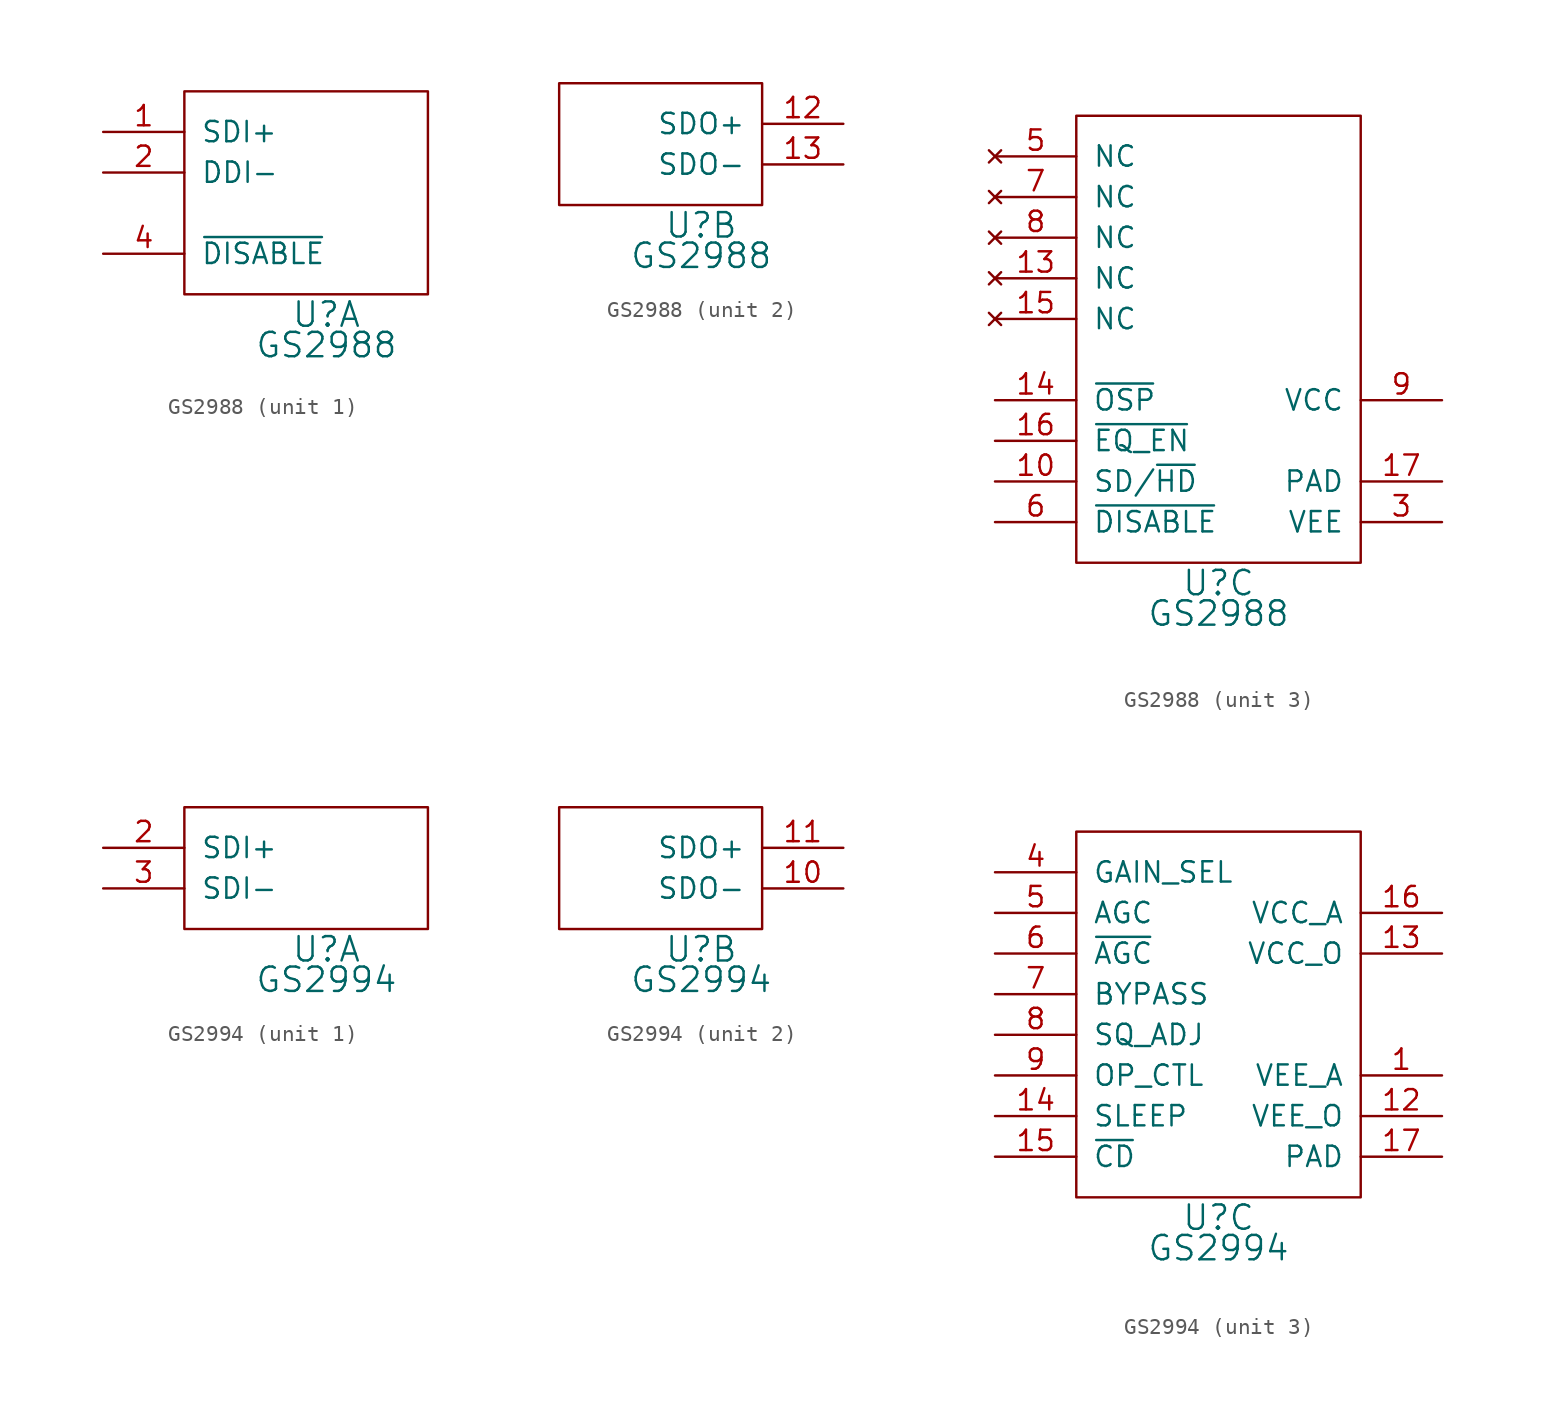
<source format=kicad_sym>
(kicad_symbol_lib
  (version 20220914)
  (generator kicad_symbol_editor)
  (symbol "GS2988"
    (pin_names
      (offset 1.016))
    (property "Reference" "U"
      (at 8.89 -1.27 0)
      (effects (font (size 1.524 1.524))))
    (property "Value" "GS2988"
      (at 8.89 -3.175 0)
      (effects (font (size 1.524 1.524))))
    (property "Footprint" ""
      (at 0 0 0)
      (effects (font (size 1.524 1.524))))
    (property "Datasheet" ""
      (at 0 0 0)
      (effects (font (size 1.524 1.524))))
    (property "ki_locked" ""
      (at 0 0 0)
      (effects (font (size 1.27 1.27))))
    (symbol "GS2988_1_1"
      (rectangle (start 0 0) (end 15.24 12.7) (stroke (width 0) (type solid)) (fill (type none)))
      (pin input line (at -5.08 10.16 0) (length 5.08) (name "SDI+" (effects (font (size 1.27 1.27)))) (number "1" (effects (font (size 1.27 1.27)))))
      (pin input line (at -5.08 7.62 0) (length 5.08) (name "DDI-" (effects (font (size 1.27 1.27)))) (number "2" (effects (font (size 1.27 1.27)))))
      (pin input line (at -5.08 2.54 0) (length 5.08) (name "~{DISABLE}" (effects (font (size 1.27 1.27)))) (number "4" (effects (font (size 1.27 1.27))))))
    (symbol "GS2988_2_1"
      (rectangle (start 0 0) (end 12.7 7.62) (stroke (width 0) (type solid)) (fill (type none)))
      (pin output line (at 17.78 5.08 180) (length 5.08) (name "SDO+" (effects (font (size 1.27 1.27)))) (number "12" (effects (font (size 1.27 1.27)))))
      (pin output line (at 17.78 2.54 180) (length 5.08) (name "SDO-" (effects (font (size 1.27 1.27)))) (number "13" (effects (font (size 1.27 1.27))))))
    (symbol "GS2988_3_1"
      (rectangle (start 0 0) (end 17.78 27.94) (stroke (width 0) (type solid)) (fill (type none)))
      (pin input line (at -5.08 5.08 0) (length 5.08) (name "SD/~{HD}" (effects (font (size 1.27 1.27)))) (number "10" (effects (font (size 1.27 1.27)))))
      (pin no_connect line (at -5.08 17.78 0) (length 5.08) (name "NC" (effects (font (size 1.27 1.27)))) (number "13" (effects (font (size 1.27 1.27)))))
      (pin input line (at -5.08 10.16 0) (length 5.08) (name "~{OSP}" (effects (font (size 1.27 1.27)))) (number "14" (effects (font (size 1.27 1.27)))))
      (pin no_connect line (at -5.08 15.24 0) (length 5.08) (name "NC" (effects (font (size 1.27 1.27)))) (number "15" (effects (font (size 1.27 1.27)))))
      (pin input line (at -5.08 7.62 0) (length 5.08) (name "~{EQ_EN}" (effects (font (size 1.27 1.27)))) (number "16" (effects (font (size 1.27 1.27)))))
      (pin power_in line (at 22.86 5.08 180) (length 5.08) (name "PAD" (effects (font (size 1.27 1.27)))) (number "17" (effects (font (size 1.27 1.27)))))
      (pin power_in line (at 22.86 2.54 180) (length 5.08) (name "VEE" (effects (font (size 1.27 1.27)))) (number "3" (effects (font (size 1.27 1.27)))))
      (pin no_connect line (at -5.08 25.4 0) (length 5.08) (name "NC" (effects (font (size 1.27 1.27)))) (number "5" (effects (font (size 1.27 1.27)))))
      (pin input line (at -5.08 2.54 0) (length 5.08) (name "~{DISABLE}" (effects (font (size 1.27 1.27)))) (number "6" (effects (font (size 1.27 1.27)))))
      (pin no_connect line (at -5.08 22.86 0) (length 5.08) (name "NC" (effects (font (size 1.27 1.27)))) (number "7" (effects (font (size 1.27 1.27)))))
      (pin no_connect line (at -5.08 20.32 0) (length 5.08) (name "NC" (effects (font (size 1.27 1.27)))) (number "8" (effects (font (size 1.27 1.27)))))
      (pin power_in line (at 22.86 10.16 180) (length 5.08) (name "VCC" (effects (font (size 1.27 1.27)))) (number "9" (effects (font (size 1.27 1.27)))))))
  (symbol "GS2994"
    (pin_names
      (offset 1.016))
    (property "Reference" "U"
      (at 8.89 -1.27 0)
      (effects (font (size 1.524 1.524))))
    (property "Value" "GS2994"
      (at 8.89 -3.175 0)
      (effects (font (size 1.524 1.524))))
    (property "Footprint" ""
      (at 0 0 0)
      (effects (font (size 1.524 1.524))))
    (property "Datasheet" ""
      (at 0 0 0)
      (effects (font (size 1.524 1.524))))
    (property "ki_locked" ""
      (at 0 0 0)
      (effects (font (size 1.27 1.27))))
    (symbol "GS2994_1_1"
      (rectangle (start 0 0) (end 15.24 7.62) (stroke (width 0) (type solid)) (fill (type none)))
      (pin input line (at -5.08 5.08 0) (length 5.08) (name "SDI+" (effects (font (size 1.27 1.27)))) (number "2" (effects (font (size 1.27 1.27)))))
      (pin input line (at -5.08 2.54 0) (length 5.08) (name "SDI-" (effects (font (size 1.27 1.27)))) (number "3" (effects (font (size 1.27 1.27))))))
    (symbol "GS2994_2_1"
      (rectangle (start 0 0) (end 12.7 7.62) (stroke (width 0) (type solid)) (fill (type none)))
      (pin output line (at 17.78 2.54 180) (length 5.08) (name "SDO-" (effects (font (size 1.27 1.27)))) (number "10" (effects (font (size 1.27 1.27)))))
      (pin output line (at 17.78 5.08 180) (length 5.08) (name "SDO+" (effects (font (size 1.27 1.27)))) (number "11" (effects (font (size 1.27 1.27))))))
    (symbol "GS2994_3_1"
      (rectangle (start 0 0) (end 17.78 22.86) (stroke (width 0) (type solid)) (fill (type none)))
      (pin power_in line (at 22.86 7.62 180) (length 5.08) (name "VEE_A" (effects (font (size 1.27 1.27)))) (number "1" (effects (font (size 1.27 1.27)))))
      (pin power_in line (at 22.86 5.08 180) (length 5.08) (name "VEE_O" (effects (font (size 1.27 1.27)))) (number "12" (effects (font (size 1.27 1.27)))))
      (pin power_in line (at 22.86 15.24 180) (length 5.08) (name "VCC_O" (effects (font (size 1.27 1.27)))) (number "13" (effects (font (size 1.27 1.27)))))
      (pin input line (at -5.08 5.08 0) (length 5.08) (name "SLEEP" (effects (font (size 1.27 1.27)))) (number "14" (effects (font (size 1.27 1.27)))))
      (pin output line (at -5.08 2.54 0) (length 5.08) (name "~{CD}" (effects (font (size 1.27 1.27)))) (number "15" (effects (font (size 1.27 1.27)))))
      (pin power_in line (at 22.86 17.78 180) (length 5.08) (name "VCC_A" (effects (font (size 1.27 1.27)))) (number "16" (effects (font (size 1.27 1.27)))))
      (pin power_in line (at 22.86 2.54 180) (length 5.08) (name "PAD" (effects (font (size 1.27 1.27)))) (number "17" (effects (font (size 1.27 1.27)))))
      (pin input line (at -5.08 20.32 0) (length 5.08) (name "GAIN_SEL" (effects (font (size 1.27 1.27)))) (number "4" (effects (font (size 1.27 1.27)))))
      (pin input line (at -5.08 17.78 0) (length 5.08) (name "AGC" (effects (font (size 1.27 1.27)))) (number "5" (effects (font (size 1.27 1.27)))))
      (pin input line (at -5.08 15.24 0) (length 5.08) (name "~{AGC}" (effects (font (size 1.27 1.27)))) (number "6" (effects (font (size 1.27 1.27)))))
      (pin input line (at -5.08 12.7 0) (length 5.08) (name "BYPASS" (effects (font (size 1.27 1.27)))) (number "7" (effects (font (size 1.27 1.27)))))
      (pin input line (at -5.08 10.16 0) (length 5.08) (name "SQ_ADJ" (effects (font (size 1.27 1.27)))) (number "8" (effects (font (size 1.27 1.27)))))
      (pin input line (at -5.08 7.62 0) (length 5.08) (name "OP_CTL" (effects (font (size 1.27 1.27)))) (number "9" (effects (font (size 1.27 1.27))))))))
</source>
